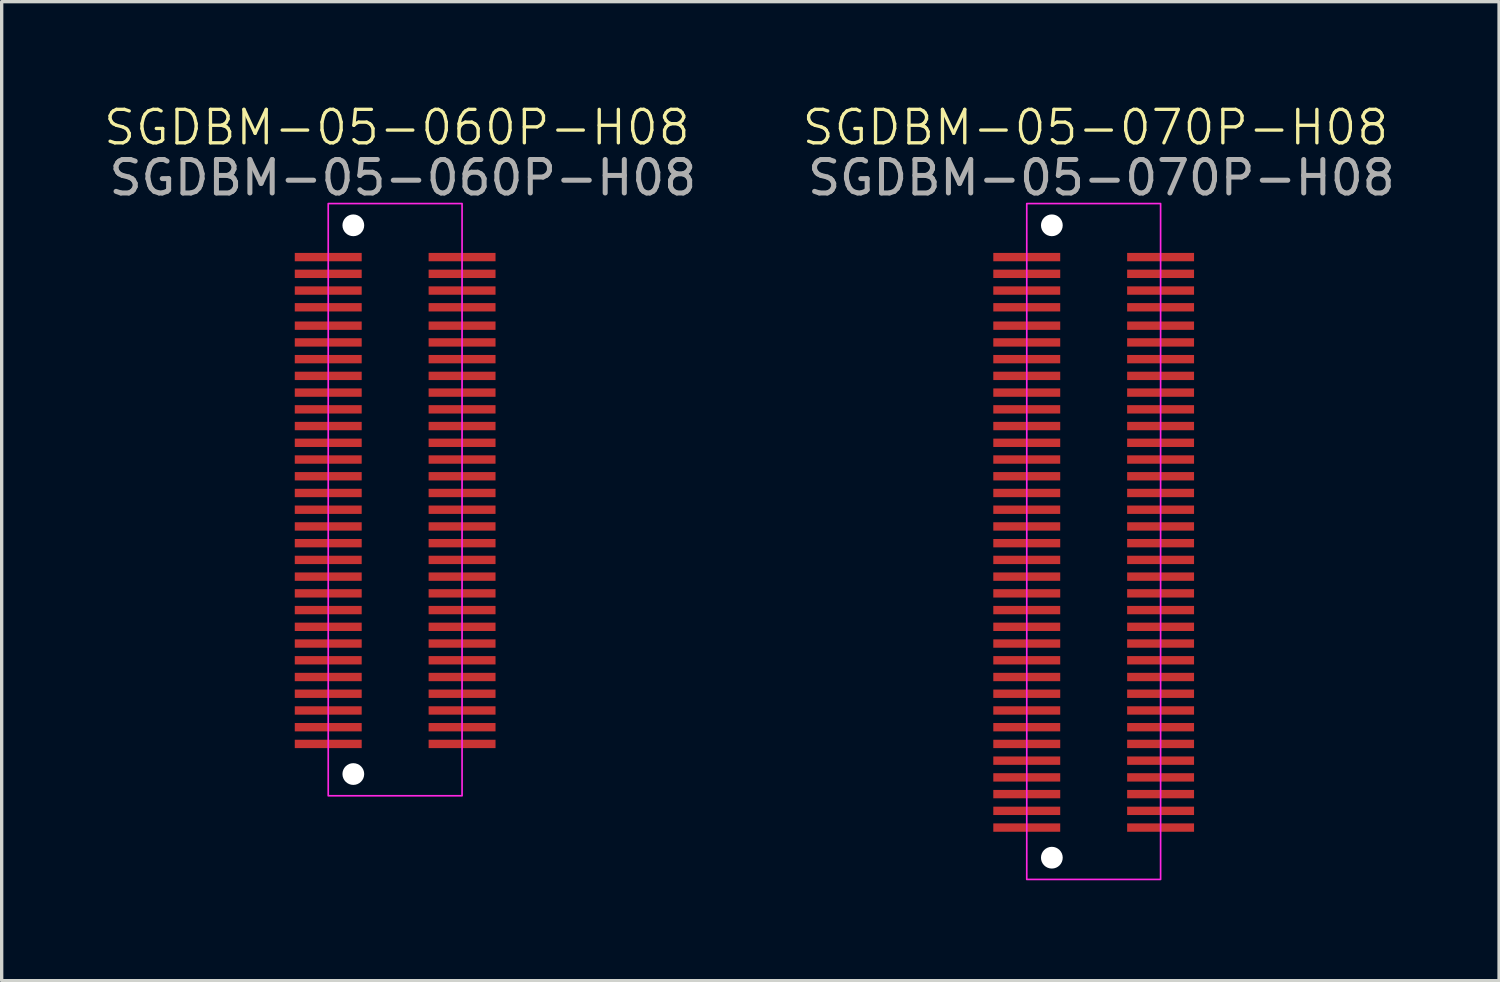
<source format=kicad_pcb>
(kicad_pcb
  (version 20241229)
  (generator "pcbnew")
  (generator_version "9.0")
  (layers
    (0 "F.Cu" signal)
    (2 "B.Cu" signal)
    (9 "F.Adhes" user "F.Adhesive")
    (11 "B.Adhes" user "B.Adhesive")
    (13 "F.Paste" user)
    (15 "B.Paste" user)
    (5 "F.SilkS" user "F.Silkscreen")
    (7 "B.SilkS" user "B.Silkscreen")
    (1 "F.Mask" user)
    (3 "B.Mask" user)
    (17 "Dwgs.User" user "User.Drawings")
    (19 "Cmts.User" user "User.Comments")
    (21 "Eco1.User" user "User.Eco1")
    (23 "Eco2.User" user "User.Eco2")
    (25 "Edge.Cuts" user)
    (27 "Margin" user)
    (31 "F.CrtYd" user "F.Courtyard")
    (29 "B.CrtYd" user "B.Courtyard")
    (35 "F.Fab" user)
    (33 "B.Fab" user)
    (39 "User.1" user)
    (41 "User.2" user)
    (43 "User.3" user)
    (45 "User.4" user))
  (footprint "SGDBM-05-060P-H08"
    (layer "F.Cu")
    (at 6.76 4.634)
    (property "Reference" "SGDBM-05-060P-H08" (at 2.052 -3.873 0) (unlocked yes) (layer "F.SilkS") (effects (font (size 1 1) (thickness 0.1))))
    (attr smd)
    (fp_rect (start 0 -1.6) (end 4 16.1) (stroke (width 0.05) (type default)) (fill no) (layer "F.CrtYd"))
    (fp_text user "${REFERENCE}" (at 2.23 -2.372 0) (unlocked yes) (layer "F.Fab") (effects (font (size 1 1) (thickness 0.15))))
    (pad "" np_thru_hole circle (at 0.75 -0.95) (size 0.65 0.65) (drill 0.65) (layers "*.Cu" "*.Mask"))
    (pad "" np_thru_hole circle (at 0.75 15.45) (size 0.65 0.65) (drill 0.65) (layers "*.Cu" "*.Mask"))
    (pad "1" smd rect (at 0 0 90) (size 0.25 2) (layers "F.Cu" "F.Mask" "F.Paste"))
    (pad "2" smd rect (at 4 0 90) (size 0.25 2) (layers "F.Cu" "F.Mask" "F.Paste"))
    (pad "3" smd rect (at 0 0.5 90) (size 0.25 2) (layers "F.Cu" "F.Mask" "F.Paste"))
    (pad "4" smd rect (at 4 0.5 90) (size 0.25 2) (layers "F.Cu" "F.Mask" "F.Paste"))
    (pad "5" smd rect (at 0 1 90) (size 0.25 2) (layers "F.Cu" "F.Mask" "F.Paste"))
    (pad "6" smd rect (at 4 1 90) (size 0.25 2) (layers "F.Cu" "F.Mask" "F.Paste"))
    (pad "7" smd rect (at 0 1.5 90) (size 0.25 2) (layers "F.Cu" "F.Mask" "F.Paste"))
    (pad "8" smd rect (at 4 1.5 90) (size 0.25 2) (layers "F.Cu" "F.Mask" "F.Paste"))
    (pad "9" smd rect (at 0 2.05 90) (size 0.25 2) (layers "F.Cu" "F.Mask" "F.Paste"))
    (pad "10" smd rect (at 4 2.05 90) (size 0.25 2) (layers "F.Cu" "F.Mask" "F.Paste"))
    (pad "11" smd rect (at 0 2.55 90) (size 0.25 2) (layers "F.Cu" "F.Mask" "F.Paste"))
    (pad "12" smd rect (at 4 2.55 90) (size 0.25 2) (layers "F.Cu" "F.Mask" "F.Paste"))
    (pad "13" smd rect (at 0 3.05 90) (size 0.25 2) (layers "F.Cu" "F.Mask" "F.Paste"))
    (pad "14" smd rect (at 4 3.05 90) (size 0.25 2) (layers "F.Cu" "F.Mask" "F.Paste"))
    (pad "15" smd rect (at 0 3.55 90) (size 0.25 2) (layers "F.Cu" "F.Mask" "F.Paste"))
    (pad "16" smd rect (at 4 3.55 90) (size 0.25 2) (layers "F.Cu" "F.Mask" "F.Paste"))
    (pad "17" smd rect (at 0 4.05 90) (size 0.25 2) (layers "F.Cu" "F.Mask" "F.Paste"))
    (pad "18" smd rect (at 4 4.05 90) (size 0.25 2) (layers "F.Cu" "F.Mask" "F.Paste"))
    (pad "19" smd rect (at 0 4.55 90) (size 0.25 2) (layers "F.Cu" "F.Mask" "F.Paste"))
    (pad "20" smd rect (at 4 4.55 90) (size 0.25 2) (layers "F.Cu" "F.Mask" "F.Paste"))
    (pad "21" smd rect (at 0 5.05 90) (size 0.25 2) (layers "F.Cu" "F.Mask" "F.Paste"))
    (pad "22" smd rect (at 4 5.05 90) (size 0.25 2) (layers "F.Cu" "F.Mask" "F.Paste"))
    (pad "23" smd rect (at 0 5.55 90) (size 0.25 2) (layers "F.Cu" "F.Mask" "F.Paste"))
    (pad "24" smd rect (at 4 5.55 90) (size 0.25 2) (layers "F.Cu" "F.Mask" "F.Paste"))
    (pad "25" smd rect (at 0 6.05 90) (size 0.25 2) (layers "F.Cu" "F.Mask" "F.Paste"))
    (pad "26" smd rect (at 4 6.05 90) (size 0.25 2) (layers "F.Cu" "F.Mask" "F.Paste"))
    (pad "27" smd rect (at 0 6.55 90) (size 0.25 2) (layers "F.Cu" "F.Mask" "F.Paste"))
    (pad "28" smd rect (at 4 6.55 90) (size 0.25 2) (layers "F.Cu" "F.Mask" "F.Paste"))
    (pad "29" smd rect (at 0 7.05 90) (size 0.25 2) (layers "F.Cu" "F.Mask" "F.Paste"))
    (pad "30" smd rect (at 4 7.05 90) (size 0.25 2) (layers "F.Cu" "F.Mask" "F.Paste"))
    (pad "31" smd rect (at 0 7.55 90) (size 0.25 2) (layers "F.Cu" "F.Mask" "F.Paste"))
    (pad "32" smd rect (at 4 7.55 90) (size 0.25 2) (layers "F.Cu" "F.Mask" "F.Paste"))
    (pad "33" smd rect (at 0 8.05 90) (size 0.25 2) (layers "F.Cu" "F.Mask" "F.Paste"))
    (pad "34" smd rect (at 4 8.05 90) (size 0.25 2) (layers "F.Cu" "F.Mask" "F.Paste"))
    (pad "35" smd rect (at 0 8.55 90) (size 0.25 2) (layers "F.Cu" "F.Mask" "F.Paste"))
    (pad "36" smd rect (at 4 8.55 90) (size 0.25 2) (layers "F.Cu" "F.Mask" "F.Paste"))
    (pad "37" smd rect (at 0 9.05 90) (size 0.25 2) (layers "F.Cu" "F.Mask" "F.Paste"))
    (pad "38" smd rect (at 4 9.05 90) (size 0.25 2) (layers "F.Cu" "F.Mask" "F.Paste"))
    (pad "39" smd rect (at 0 9.55 90) (size 0.25 2) (layers "F.Cu" "F.Mask" "F.Paste"))
    (pad "40" smd rect (at 4 9.55 90) (size 0.25 2) (layers "F.Cu" "F.Mask" "F.Paste"))
    (pad "41" smd rect (at 0 10.05 90) (size 0.25 2) (layers "F.Cu" "F.Mask" "F.Paste"))
    (pad "42" smd rect (at 4 10.05 90) (size 0.25 2) (layers "F.Cu" "F.Mask" "F.Paste"))
    (pad "43" smd rect (at 0 10.55 90) (size 0.25 2) (layers "F.Cu" "F.Mask" "F.Paste"))
    (pad "44" smd rect (at 4 10.55 90) (size 0.25 2) (layers "F.Cu" "F.Mask" "F.Paste"))
    (pad "45" smd rect (at 0 11.05 90) (size 0.25 2) (layers "F.Cu" "F.Mask" "F.Paste"))
    (pad "46" smd rect (at 4 11.05 90) (size 0.25 2) (layers "F.Cu" "F.Mask" "F.Paste"))
    (pad "47" smd rect (at 0 11.55 90) (size 0.25 2) (layers "F.Cu" "F.Mask" "F.Paste"))
    (pad "48" smd rect (at 4 11.55 90) (size 0.25 2) (layers "F.Cu" "F.Mask" "F.Paste"))
    (pad "49" smd rect (at 0 12.05 90) (size 0.25 2) (layers "F.Cu" "F.Mask" "F.Paste"))
    (pad "50" smd rect (at 4 12.05 90) (size 0.25 2) (layers "F.Cu" "F.Mask" "F.Paste"))
    (pad "51" smd rect (at 0 12.55 90) (size 0.25 2) (layers "F.Cu" "F.Mask" "F.Paste"))
    (pad "52" smd rect (at 4 12.55 90) (size 0.25 2) (layers "F.Cu" "F.Mask" "F.Paste"))
    (pad "53" smd rect (at 0 13.05 90) (size 0.25 2) (layers "F.Cu" "F.Mask" "F.Paste"))
    (pad "54" smd rect (at 4 13.05 90) (size 0.25 2) (layers "F.Cu" "F.Mask" "F.Paste"))
    (pad "55" smd rect (at 0 13.55 90) (size 0.25 2) (layers "F.Cu" "F.Mask" "F.Paste"))
    (pad "56" smd rect (at 4 13.55 90) (size 0.25 2) (layers "F.Cu" "F.Mask" "F.Paste"))
    (pad "57" smd rect (at 0 14.05 90) (size 0.25 2) (layers "F.Cu" "F.Mask" "F.Paste"))
    (pad "58" smd rect (at 4 14.05 90) (size 0.25 2) (layers "F.Cu" "F.Mask" "F.Paste"))
    (pad "59" smd rect (at 0 14.55 90) (size 0.25 2) (layers "F.Cu" "F.Mask" "F.Paste"))
    (pad "60" smd rect (at 4 14.55 90) (size 0.25 2) (layers "F.Cu" "F.Mask" "F.Paste")))
  (footprint "SGDBM-05-070P-H08"
    (layer "F.Cu")
    (at 27.637 4.634)
    (property "Reference" "SGDBM-05-070P-H08" (at 2.052 -3.873 0) (unlocked yes) (layer "F.SilkS") (effects (font (size 1 1) (thickness 0.1))))
    (attr smd)
    (fp_rect (start 0 -1.6) (end 4 18.6) (stroke (width 0.05) (type default)) (fill no) (layer "F.CrtYd"))
    (fp_text user "${REFERENCE}" (at 2.23 -2.372 0) (unlocked yes) (layer "F.Fab") (effects (font (size 1 1) (thickness 0.15))))
    (pad "" np_thru_hole circle (at 0.75 -0.95) (size 0.65 0.65) (drill 0.65) (layers "*.Cu" "*.Mask"))
    (pad "" np_thru_hole circle (at 0.75 17.95) (size 0.65 0.65) (drill 0.65) (layers "*.Cu" "*.Mask"))
    (pad "1" smd rect (at 0 0 90) (size 0.25 2) (layers "F.Cu" "F.Mask" "F.Paste"))
    (pad "2" smd rect (at 4 0 90) (size 0.25 2) (layers "F.Cu" "F.Mask" "F.Paste"))
    (pad "3" smd rect (at 0 0.5 90) (size 0.25 2) (layers "F.Cu" "F.Mask" "F.Paste"))
    (pad "4" smd rect (at 4 0.5 90) (size 0.25 2) (layers "F.Cu" "F.Mask" "F.Paste"))
    (pad "5" smd rect (at 0 1 90) (size 0.25 2) (layers "F.Cu" "F.Mask" "F.Paste"))
    (pad "6" smd rect (at 4 1 90) (size 0.25 2) (layers "F.Cu" "F.Mask" "F.Paste"))
    (pad "7" smd rect (at 0 1.5 90) (size 0.25 2) (layers "F.Cu" "F.Mask" "F.Paste"))
    (pad "8" smd rect (at 4 1.5 90) (size 0.25 2) (layers "F.Cu" "F.Mask" "F.Paste"))
    (pad "9" smd rect (at 0 2.05 90) (size 0.25 2) (layers "F.Cu" "F.Mask" "F.Paste"))
    (pad "10" smd rect (at 4 2.05 90) (size 0.25 2) (layers "F.Cu" "F.Mask" "F.Paste"))
    (pad "11" smd rect (at 0 2.55 90) (size 0.25 2) (layers "F.Cu" "F.Mask" "F.Paste"))
    (pad "12" smd rect (at 4 2.55 90) (size 0.25 2) (layers "F.Cu" "F.Mask" "F.Paste"))
    (pad "13" smd rect (at 0 3.05 90) (size 0.25 2) (layers "F.Cu" "F.Mask" "F.Paste"))
    (pad "14" smd rect (at 4 3.05 90) (size 0.25 2) (layers "F.Cu" "F.Mask" "F.Paste"))
    (pad "15" smd rect (at 0 3.55 90) (size 0.25 2) (layers "F.Cu" "F.Mask" "F.Paste"))
    (pad "16" smd rect (at 4 3.55 90) (size 0.25 2) (layers "F.Cu" "F.Mask" "F.Paste"))
    (pad "17" smd rect (at 0 4.05 90) (size 0.25 2) (layers "F.Cu" "F.Mask" "F.Paste"))
    (pad "18" smd rect (at 4 4.05 90) (size 0.25 2) (layers "F.Cu" "F.Mask" "F.Paste"))
    (pad "19" smd rect (at 0 4.55 90) (size 0.25 2) (layers "F.Cu" "F.Mask" "F.Paste"))
    (pad "20" smd rect (at 4 4.55 90) (size 0.25 2) (layers "F.Cu" "F.Mask" "F.Paste"))
    (pad "21" smd rect (at 0 5.05 90) (size 0.25 2) (layers "F.Cu" "F.Mask" "F.Paste"))
    (pad "22" smd rect (at 4 5.05 90) (size 0.25 2) (layers "F.Cu" "F.Mask" "F.Paste"))
    (pad "23" smd rect (at 0 5.55 90) (size 0.25 2) (layers "F.Cu" "F.Mask" "F.Paste"))
    (pad "24" smd rect (at 4 5.55 90) (size 0.25 2) (layers "F.Cu" "F.Mask" "F.Paste"))
    (pad "25" smd rect (at 0 6.05 90) (size 0.25 2) (layers "F.Cu" "F.Mask" "F.Paste"))
    (pad "26" smd rect (at 4 6.05 90) (size 0.25 2) (layers "F.Cu" "F.Mask" "F.Paste"))
    (pad "27" smd rect (at 0 6.55 90) (size 0.25 2) (layers "F.Cu" "F.Mask" "F.Paste"))
    (pad "28" smd rect (at 4 6.55 90) (size 0.25 2) (layers "F.Cu" "F.Mask" "F.Paste"))
    (pad "29" smd rect (at 0 7.05 90) (size 0.25 2) (layers "F.Cu" "F.Mask" "F.Paste"))
    (pad "30" smd rect (at 4 7.05 90) (size 0.25 2) (layers "F.Cu" "F.Mask" "F.Paste"))
    (pad "31" smd rect (at 0 7.55 90) (size 0.25 2) (layers "F.Cu" "F.Mask" "F.Paste"))
    (pad "32" smd rect (at 4 7.55 90) (size 0.25 2) (layers "F.Cu" "F.Mask" "F.Paste"))
    (pad "33" smd rect (at 0 8.05 90) (size 0.25 2) (layers "F.Cu" "F.Mask" "F.Paste"))
    (pad "34" smd rect (at 4 8.05 90) (size 0.25 2) (layers "F.Cu" "F.Mask" "F.Paste"))
    (pad "35" smd rect (at 0 8.55 90) (size 0.25 2) (layers "F.Cu" "F.Mask" "F.Paste"))
    (pad "36" smd rect (at 4 8.55 90) (size 0.25 2) (layers "F.Cu" "F.Mask" "F.Paste"))
    (pad "37" smd rect (at 0 9.05 90) (size 0.25 2) (layers "F.Cu" "F.Mask" "F.Paste"))
    (pad "38" smd rect (at 4 9.05 90) (size 0.25 2) (layers "F.Cu" "F.Mask" "F.Paste"))
    (pad "39" smd rect (at 0 9.55 90) (size 0.25 2) (layers "F.Cu" "F.Mask" "F.Paste"))
    (pad "40" smd rect (at 4 9.55 90) (size 0.25 2) (layers "F.Cu" "F.Mask" "F.Paste"))
    (pad "41" smd rect (at 0 10.05 90) (size 0.25 2) (layers "F.Cu" "F.Mask" "F.Paste"))
    (pad "42" smd rect (at 4 10.05 90) (size 0.25 2) (layers "F.Cu" "F.Mask" "F.Paste"))
    (pad "43" smd rect (at 0 10.55 90) (size 0.25 2) (layers "F.Cu" "F.Mask" "F.Paste"))
    (pad "44" smd rect (at 4 10.55 90) (size 0.25 2) (layers "F.Cu" "F.Mask" "F.Paste"))
    (pad "45" smd rect (at 0 11.05 90) (size 0.25 2) (layers "F.Cu" "F.Mask" "F.Paste"))
    (pad "46" smd rect (at 4 11.05 90) (size 0.25 2) (layers "F.Cu" "F.Mask" "F.Paste"))
    (pad "47" smd rect (at 0 11.55 90) (size 0.25 2) (layers "F.Cu" "F.Mask" "F.Paste"))
    (pad "48" smd rect (at 4 11.55 90) (size 0.25 2) (layers "F.Cu" "F.Mask" "F.Paste"))
    (pad "49" smd rect (at 0 12.05 90) (size 0.25 2) (layers "F.Cu" "F.Mask" "F.Paste"))
    (pad "50" smd rect (at 4 12.05 90) (size 0.25 2) (layers "F.Cu" "F.Mask" "F.Paste"))
    (pad "51" smd rect (at 0 12.55 90) (size 0.25 2) (layers "F.Cu" "F.Mask" "F.Paste"))
    (pad "52" smd rect (at 4 12.55 90) (size 0.25 2) (layers "F.Cu" "F.Mask" "F.Paste"))
    (pad "53" smd rect (at 0 13.05 90) (size 0.25 2) (layers "F.Cu" "F.Mask" "F.Paste"))
    (pad "54" smd rect (at 4 13.05 90) (size 0.25 2) (layers "F.Cu" "F.Mask" "F.Paste"))
    (pad "55" smd rect (at 0 13.55 90) (size 0.25 2) (layers "F.Cu" "F.Mask" "F.Paste"))
    (pad "56" smd rect (at 4 13.55 90) (size 0.25 2) (layers "F.Cu" "F.Mask" "F.Paste"))
    (pad "57" smd rect (at 0 14.05 90) (size 0.25 2) (layers "F.Cu" "F.Mask" "F.Paste"))
    (pad "58" smd rect (at 4 14.05 90) (size 0.25 2) (layers "F.Cu" "F.Mask" "F.Paste"))
    (pad "59" smd rect (at 0 14.55 90) (size 0.25 2) (layers "F.Cu" "F.Mask" "F.Paste"))
    (pad "60" smd rect (at 4 14.55 90) (size 0.25 2) (layers "F.Cu" "F.Mask" "F.Paste"))
    (pad "61" smd rect (at 0 15.05 90) (size 0.25 2) (layers "F.Cu" "F.Mask" "F.Paste"))
    (pad "62" smd rect (at 4 15.05 90) (size 0.25 2) (layers "F.Cu" "F.Mask" "F.Paste"))
    (pad "63" smd rect (at 0 15.55 90) (size 0.25 2) (layers "F.Cu" "F.Mask" "F.Paste"))
    (pad "64" smd rect (at 4 15.55 90) (size 0.25 2) (layers "F.Cu" "F.Mask" "F.Paste"))
    (pad "65" smd rect (at 0 16.05 90) (size 0.25 2) (layers "F.Cu" "F.Mask" "F.Paste"))
    (pad "65" smd rect (at 4 16.05 90) (size 0.25 2) (layers "F.Cu" "F.Mask" "F.Paste"))
    (pad "67" smd rect (at 0 16.55 90) (size 0.25 2) (layers "F.Cu" "F.Mask" "F.Paste"))
    (pad "68" smd rect (at 4 16.55 90) (size 0.25 2) (layers "F.Cu" "F.Mask" "F.Paste"))
    (pad "69" smd rect (at 0 17.05 90) (size 0.25 2) (layers "F.Cu" "F.Mask" "F.Paste"))
    (pad "70" smd rect (at 4 17.05 90) (size 0.25 2) (layers "F.Cu" "F.Mask" "F.Paste")))
  (gr_rect
    (start -3 -3)
    (end 41.753 26.259)
    (stroke (width 0.1) (type default))
    (fill no)
    (layer "Edge.Cuts")))
</source>
